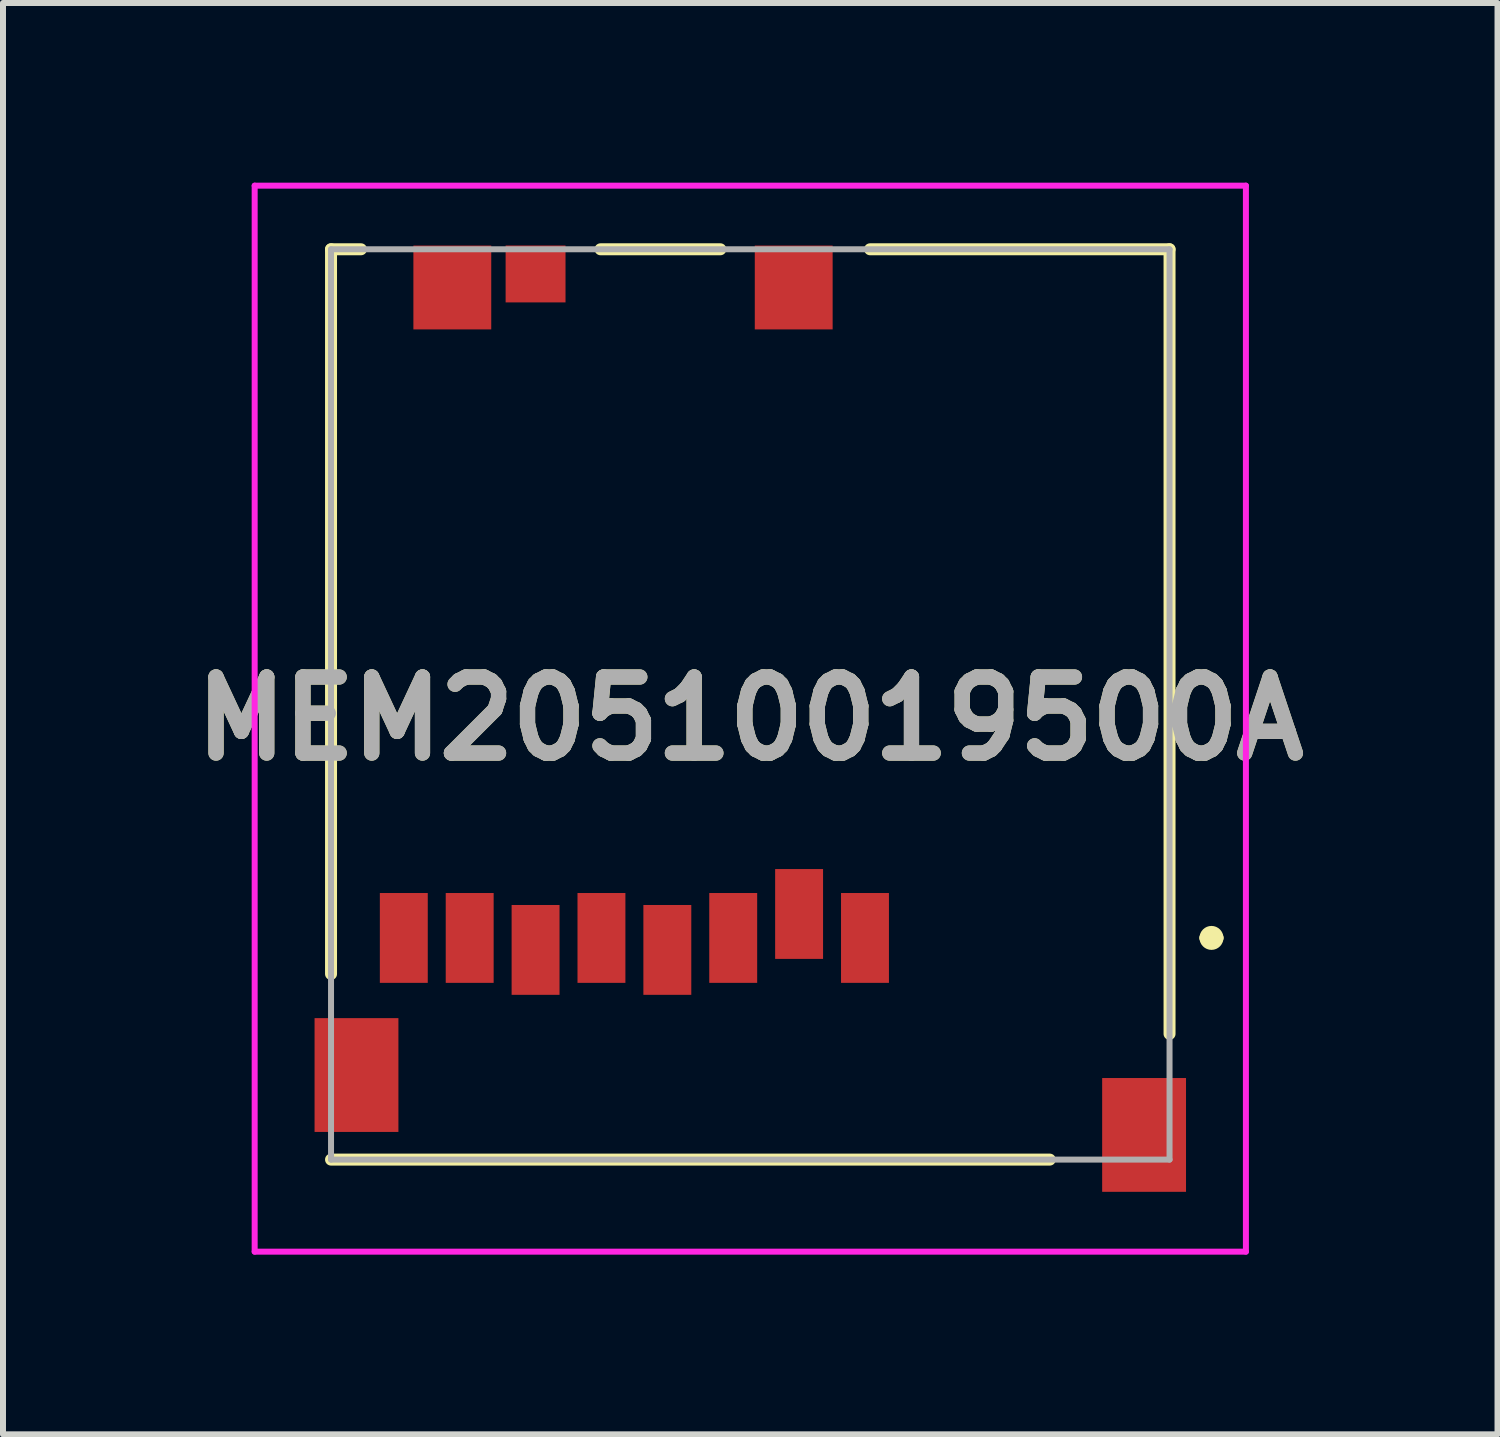
<source format=kicad_pcb>
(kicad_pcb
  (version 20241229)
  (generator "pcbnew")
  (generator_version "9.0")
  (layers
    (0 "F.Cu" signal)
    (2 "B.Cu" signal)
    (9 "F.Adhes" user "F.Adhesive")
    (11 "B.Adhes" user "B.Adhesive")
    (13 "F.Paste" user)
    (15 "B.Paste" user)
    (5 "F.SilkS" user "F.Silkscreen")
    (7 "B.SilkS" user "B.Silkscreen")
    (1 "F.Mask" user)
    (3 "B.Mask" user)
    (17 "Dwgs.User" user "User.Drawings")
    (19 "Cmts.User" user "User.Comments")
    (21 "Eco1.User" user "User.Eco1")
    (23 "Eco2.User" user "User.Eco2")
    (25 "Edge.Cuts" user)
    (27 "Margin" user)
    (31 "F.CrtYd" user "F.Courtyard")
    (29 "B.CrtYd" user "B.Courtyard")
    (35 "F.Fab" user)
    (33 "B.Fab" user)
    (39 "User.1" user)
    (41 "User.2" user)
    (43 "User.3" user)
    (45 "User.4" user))
  (footprint "MEM20510019500A"
    (layer "F.Cu")
    (at 9.477 8.949)
    (property "Reference" "MEM20510019500A" (at 0 0 0) (layer "F.SilkS") (effects (font (size 1.27 1.27) (thickness 0.254))))
    (attr smd)
    (fp_line (start -7 -7.837) (end -7 4.263) (stroke (width 0.2) (type solid)) (layer "F.SilkS"))
    (fp_line (start -7 7.362) (end 5 7.362) (stroke (width 0.2) (type solid)) (layer "F.SilkS"))
    (fp_line (start -6.5 -7.837) (end -7 -7.837) (stroke (width 0.2) (type solid)) (layer "F.SilkS"))
    (fp_line (start -2.5 -7.837) (end -0.5 -7.837) (stroke (width 0.2) (type solid)) (layer "F.SilkS"))
    (fp_line (start 7 -7.837) (end 2 -7.837) (stroke (width 0.2) (type solid)) (layer "F.SilkS"))
    (fp_line (start 7 5.263) (end 7 -7.837) (stroke (width 0.2) (type solid)) (layer "F.SilkS"))
    (fp_line (start 7.6 3.661) (end 7.6 3.661) (stroke (width 0.2) (type solid)) (layer "F.SilkS"))
    (fp_line (start 7.8 3.661) (end 7.8 3.661) (stroke (width 0.2) (type solid)) (layer "F.SilkS"))
    (fp_arc (start 7.6 3.66) (mid 7.7005 3.5605) (end 7.8 3.661) (stroke (width 0.2) (type solid)) (layer "F.SilkS"))
    (fp_arc (start 7.8 3.66) (mid 7.7005 3.7605) (end 7.6 3.661) (stroke (width 0.2) (type solid)) (layer "F.SilkS"))
    (fp_line (start -8.275 -8.899) (end 8.275 -8.899) (stroke (width 0.1) (type solid)) (layer "F.CrtYd"))
    (fp_line (start -8.275 8.899) (end -8.275 -8.899) (stroke (width 0.1) (type solid)) (layer "F.CrtYd"))
    (fp_line (start 8.275 -8.899) (end 8.275 8.899) (stroke (width 0.1) (type solid)) (layer "F.CrtYd"))
    (fp_line (start 8.275 8.899) (end -8.275 8.899) (stroke (width 0.1) (type solid)) (layer "F.CrtYd"))
    (fp_line (start -7 -7.837) (end 7 -7.837) (stroke (width 0.1) (type solid)) (layer "F.Fab"))
    (fp_line (start -7 7.362) (end -7 -7.837) (stroke (width 0.1) (type solid)) (layer "F.Fab"))
    (fp_line (start 7 -7.837) (end 7 7.362) (stroke (width 0.1) (type solid)) (layer "F.Fab"))
    (fp_line (start 7 7.362) (end -7 7.362) (stroke (width 0.1) (type solid)) (layer "F.Fab"))
    (fp_text user "${REFERENCE}" (at 0 0 0) (layer "F.Fab") (effects (font (size 1.27 1.27) (thickness 0.254))))
    (pad "MP1" smd rect (at -4.975 -7.199) (size 1.3 1.4) (layers "F.Cu" "F.Mask" "F.Paste"))
    (pad "MP2" smd rect (at -3.585 -7.425 90) (size 0.95 1) (layers "F.Cu" "F.Mask" "F.Paste"))
    (pad "MP3" smd rect (at 0.725 -7.199) (size 1.3 1.4) (layers "F.Cu" "F.Mask" "F.Paste"))
    (pad "MP4" smd rect (at -6.575 5.95) (size 1.4 1.9) (layers "F.Cu" "F.Mask" "F.Paste"))
    (pad "MP5" smd rect (at 6.575 6.95) (size 1.4 1.9) (layers "F.Cu" "F.Mask" "F.Paste"))
    (pad "P1" smd rect (at 1.915 3.661) (size 0.8 1.5) (layers "F.Cu" "F.Mask" "F.Paste"))
    (pad "P2" smd rect (at 0.815 3.261) (size 0.8 1.5) (layers "F.Cu" "F.Mask" "F.Paste"))
    (pad "P3" smd rect (at -0.285 3.661) (size 0.8 1.5) (layers "F.Cu" "F.Mask" "F.Paste"))
    (pad "P4" smd rect (at -1.385 3.861) (size 0.8 1.5) (layers "F.Cu" "F.Mask" "F.Paste"))
    (pad "P5" smd rect (at -2.485 3.661) (size 0.8 1.5) (layers "F.Cu" "F.Mask" "F.Paste"))
    (pad "P6" smd rect (at -3.585 3.861) (size 0.8 1.5) (layers "F.Cu" "F.Mask" "F.Paste"))
    (pad "P7" smd rect (at -4.685 3.661) (size 0.8 1.5) (layers "F.Cu" "F.Mask" "F.Paste"))
    (pad "P8" smd rect (at -5.785 3.661) (size 0.8 1.5) (layers "F.Cu" "F.Mask" "F.Paste")))
  (gr_rect
    (start -3 -3)
    (end 21.953 20.898)
    (stroke (width 0.1) (type default))
    (fill no)
    (layer "Edge.Cuts")))
</source>
